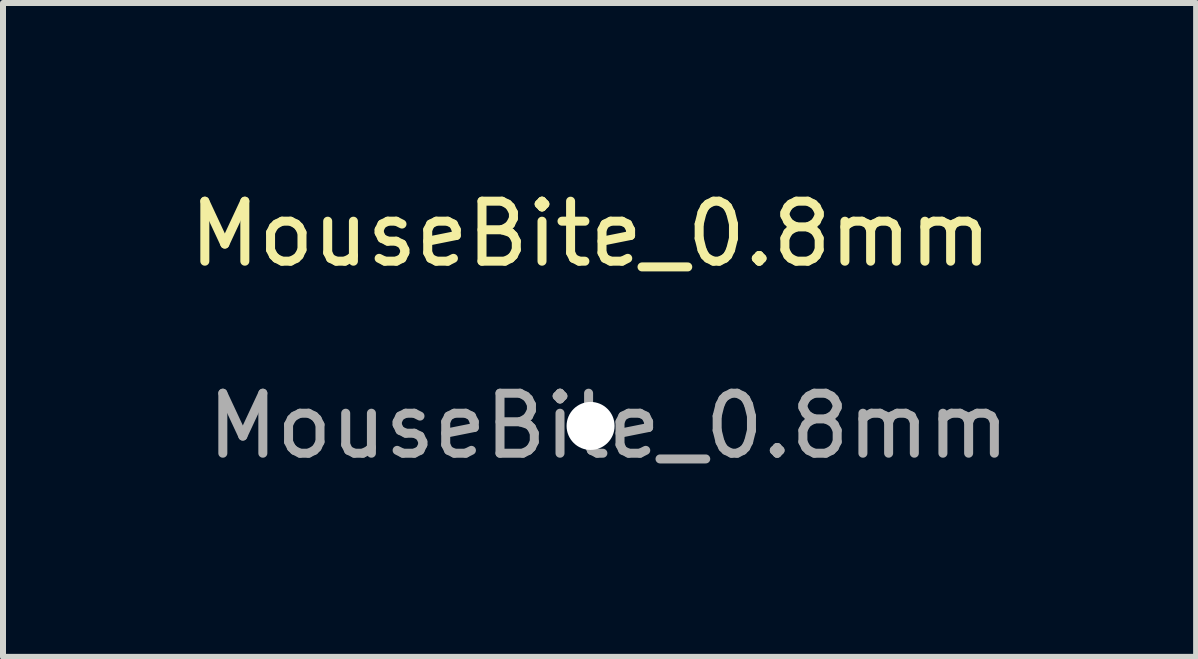
<source format=kicad_pcb>
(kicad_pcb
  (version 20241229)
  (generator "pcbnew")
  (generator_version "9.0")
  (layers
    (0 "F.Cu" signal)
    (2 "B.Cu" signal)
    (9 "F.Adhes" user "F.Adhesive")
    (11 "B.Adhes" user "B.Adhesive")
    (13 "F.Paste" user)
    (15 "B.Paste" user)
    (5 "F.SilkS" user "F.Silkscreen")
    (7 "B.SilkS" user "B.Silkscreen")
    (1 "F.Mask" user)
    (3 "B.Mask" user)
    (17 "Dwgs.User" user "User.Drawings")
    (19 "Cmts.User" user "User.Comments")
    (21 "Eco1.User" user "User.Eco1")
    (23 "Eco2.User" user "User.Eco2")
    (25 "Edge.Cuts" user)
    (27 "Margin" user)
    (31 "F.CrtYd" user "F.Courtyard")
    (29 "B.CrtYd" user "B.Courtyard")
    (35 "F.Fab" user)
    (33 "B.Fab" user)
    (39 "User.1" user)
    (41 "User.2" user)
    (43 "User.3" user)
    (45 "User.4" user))
  (footprint "MouseBite_0.8mm"
    (layer "F.Cu")
    (at 6.792 4.048)
    (property "Reference" "MouseBite_0.8mm" (at 0 -3.2 0) (layer "F.SilkS") (effects (font (size 1 1) (thickness 0.15))))
    (attr exclude_from_pos_files exclude_from_bom)
    (fp_text user "${REFERENCE}" (at 0.3 0 0) (layer "F.Fab") (effects (font (size 1 1) (thickness 0.15))))
    (pad "" np_thru_hole circle (at 0 0) (size 0.8 0.8) (drill 0.8) (layers "*.Cu" "*.Mask")))
  (gr_rect
    (start -3 -3)
    (end 16.883 7.896)
    (stroke (width 0.1) (type default))
    (fill no)
    (layer "Edge.Cuts")))
</source>
